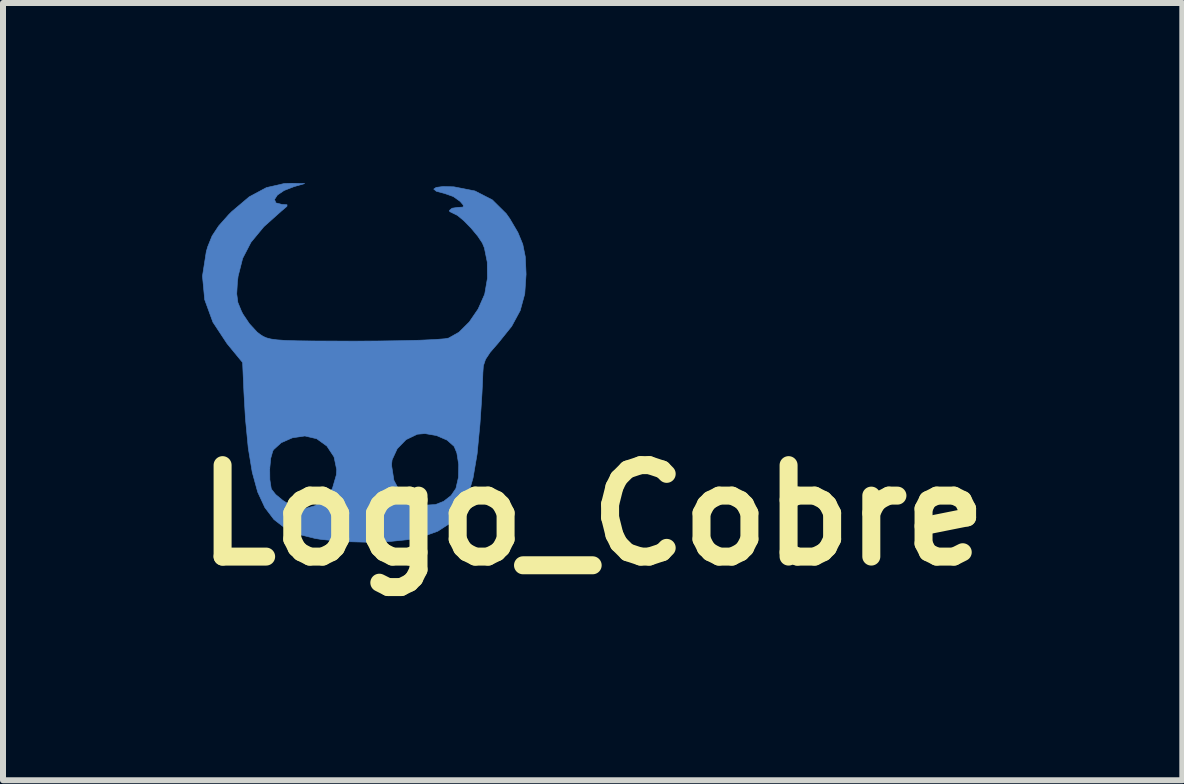
<source format=kicad_pcb>
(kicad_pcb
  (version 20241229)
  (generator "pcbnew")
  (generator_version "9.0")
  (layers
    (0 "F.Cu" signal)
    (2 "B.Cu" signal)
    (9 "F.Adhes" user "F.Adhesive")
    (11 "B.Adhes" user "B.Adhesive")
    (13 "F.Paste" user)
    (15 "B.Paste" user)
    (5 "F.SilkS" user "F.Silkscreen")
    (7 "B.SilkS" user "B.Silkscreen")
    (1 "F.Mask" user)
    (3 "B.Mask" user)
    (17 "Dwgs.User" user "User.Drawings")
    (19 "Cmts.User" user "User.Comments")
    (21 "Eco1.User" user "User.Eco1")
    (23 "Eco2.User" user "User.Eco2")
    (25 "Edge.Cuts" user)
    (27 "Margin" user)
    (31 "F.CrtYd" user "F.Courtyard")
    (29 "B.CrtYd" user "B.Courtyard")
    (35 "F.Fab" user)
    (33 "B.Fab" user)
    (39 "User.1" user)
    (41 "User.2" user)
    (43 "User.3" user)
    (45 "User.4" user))
  (footprint "Logo_Cobre"
    (layer "F.Cu")
    (at 3.019 2.998)
    (property "Reference" "Logo_Cobre" (at 3.81 2.54 0) (layer "F.SilkS") (effects (font (size 1.524 1.524) (thickness 0.3))))
    (attr through_hole)
    (fp_poly (pts (xy -0.991 -2.988) (xy -1.168 -2.937) (xy -1.333 -2.873) (xy -1.445 -2.797) (xy -1.493 -2.723) (xy -1.47 -2.666) (xy -1.367 -2.64) (xy -1.356 -2.64) (xy -1.284 -2.635) (xy -1.286 -2.609) (xy -1.364 -2.542) (xy -1.372 -2.536) (xy -1.671 -2.269) (xy -1.885 -2.01) (xy -2.024 -1.742) (xy -2.1 -1.444) (xy -2.112 -1.343) (xy -2.123 -1.15) (xy -2.104 -1.006) (xy -2.045 -0.862) (xy -2.02 -0.813) (xy -1.912 -0.652) (xy -1.785 -0.514) (xy -1.734 -0.474) (xy -1.683 -0.441) (xy -1.626 -0.416) (xy -1.553 -0.397) (xy -1.451 -0.383) (xy -1.307 -0.373) (xy -1.108 -0.367) (xy -0.843 -0.364) (xy -0.498 -0.363) (xy -0.163 -0.362) (xy 0.247 -0.364) (xy 0.615 -0.369) (xy 0.929 -0.377) (xy 1.175 -0.388) (xy 1.343 -0.401) (xy 1.409 -0.413) (xy 1.581 -0.51) (xy 1.753 -0.681) (xy 1.901 -0.897) (xy 2.005 -1.132) (xy 2.012 -1.153) (xy 2.056 -1.41) (xy 2.053 -1.679) (xy 2.005 -1.916) (xy 1.971 -1.998) (xy 1.894 -2.113) (xy 1.784 -2.245) (xy 1.664 -2.368) (xy 1.557 -2.457) (xy 1.493 -2.489) (xy 1.429 -2.519) (xy 1.422 -2.54) (xy 1.466 -2.577) (xy 1.557 -2.591) (xy 1.65 -2.596) (xy 1.654 -2.629) (xy 1.601 -2.691) (xy 1.487 -2.772) (xy 1.34 -2.824) (xy 1.339 -2.824) (xy 1.204 -2.86) (xy 1.161 -2.896) (xy 1.201 -2.924) (xy 1.316 -2.939) (xy 1.497 -2.934) (xy 1.848 -2.865) (xy 2.138 -2.716) (xy 2.37 -2.486) (xy 2.429 -2.402) (xy 2.564 -2.173) (xy 2.645 -1.976) (xy 2.687 -1.768) (xy 2.699 -1.506) (xy 2.7 -1.475) (xy 2.678 -1.15) (xy 2.602 -0.871) (xy 2.46 -0.609) (xy 2.239 -0.334) (xy 2.102 -0.176) (xy 2.024 -0.058) (xy 1.988 0.05) (xy 1.98 0.166) (xy 1.975 0.301) (xy 1.965 0.508) (xy 1.949 0.761) (xy 1.931 1.026) (xy 1.884 1.518) (xy 1.816 1.919) (xy 1.723 2.239) (xy 1.598 2.487) (xy 1.435 2.673) (xy 1.228 2.807) (xy 0.972 2.899) (xy 0.755 2.944) (xy 0.429 2.978) (xy 0.048 2.99) (xy -0.342 2.979) (xy -0.697 2.946) (xy -0.813 2.928) (xy -1.086 2.86) (xy -1.315 2.757) (xy -1.503 2.611) (xy -1.654 2.412) (xy -1.774 2.153) (xy -1.864 1.825) (xy -1.874 1.765) (xy -1.573 1.765) (xy -1.571 1.947) (xy -1.549 2.09) (xy -1.543 2.107) (xy -1.475 2.194) (xy -1.352 2.295) (xy -1.211 2.384) (xy -1.091 2.435) (xy -1.063 2.438) (xy -0.958 2.422) (xy -0.822 2.383) (xy -0.822 2.383) (xy -0.653 2.274) (xy -0.528 2.094) (xy -0.463 1.87) (xy -0.457 1.78) (xy -0.473 1.703) (xy 0.457 1.703) (xy 0.497 1.959) (xy 0.606 2.164) (xy 0.768 2.307) (xy 0.968 2.376) (xy 1.19 2.362) (xy 1.326 2.309) (xy 1.45 2.212) (xy 1.531 2.093) (xy 1.573 1.908) (xy 1.577 1.695) (xy 1.546 1.501) (xy 1.501 1.393) (xy 1.383 1.288) (xy 1.207 1.212) (xy 1.015 1.179) (xy 0.887 1.19) (xy 0.7 1.28) (xy 0.552 1.432) (xy 0.467 1.616) (xy 0.457 1.703) (xy -0.473 1.703) (xy -0.501 1.568) (xy -0.62 1.388) (xy -0.79 1.265) (xy -0.988 1.219) (xy -1.196 1.25) (xy -1.382 1.332) (xy -1.509 1.448) (xy -1.522 1.47) (xy -1.556 1.59) (xy -1.573 1.765) (xy -1.874 1.765) (xy -1.931 1.419) (xy -1.978 0.928) (xy -2.003 0.493) (xy -2.025 -0.005) (xy -2.284 -0.32) (xy -2.52 -0.678) (xy -2.657 -1.053) (xy -2.694 -1.446) (xy -2.63 -1.855) (xy -2.606 -1.937) (xy -2.534 -2.115) (xy -2.424 -2.282) (xy -2.258 -2.469) (xy -2.207 -2.52) (xy -1.915 -2.767) (xy -1.628 -2.921) (xy -1.331 -2.989) (xy -1.197 -2.993) (xy -0.991 -2.988)) (stroke (width 0.01) (type solid)) (fill yes) (layer "B.Cu")))
  (gr_rect
    (start -3 -3)
    (end 16.658 9.956)
    (stroke (width 0.1) (type default))
    (fill no)
    (layer "Edge.Cuts")))
</source>
